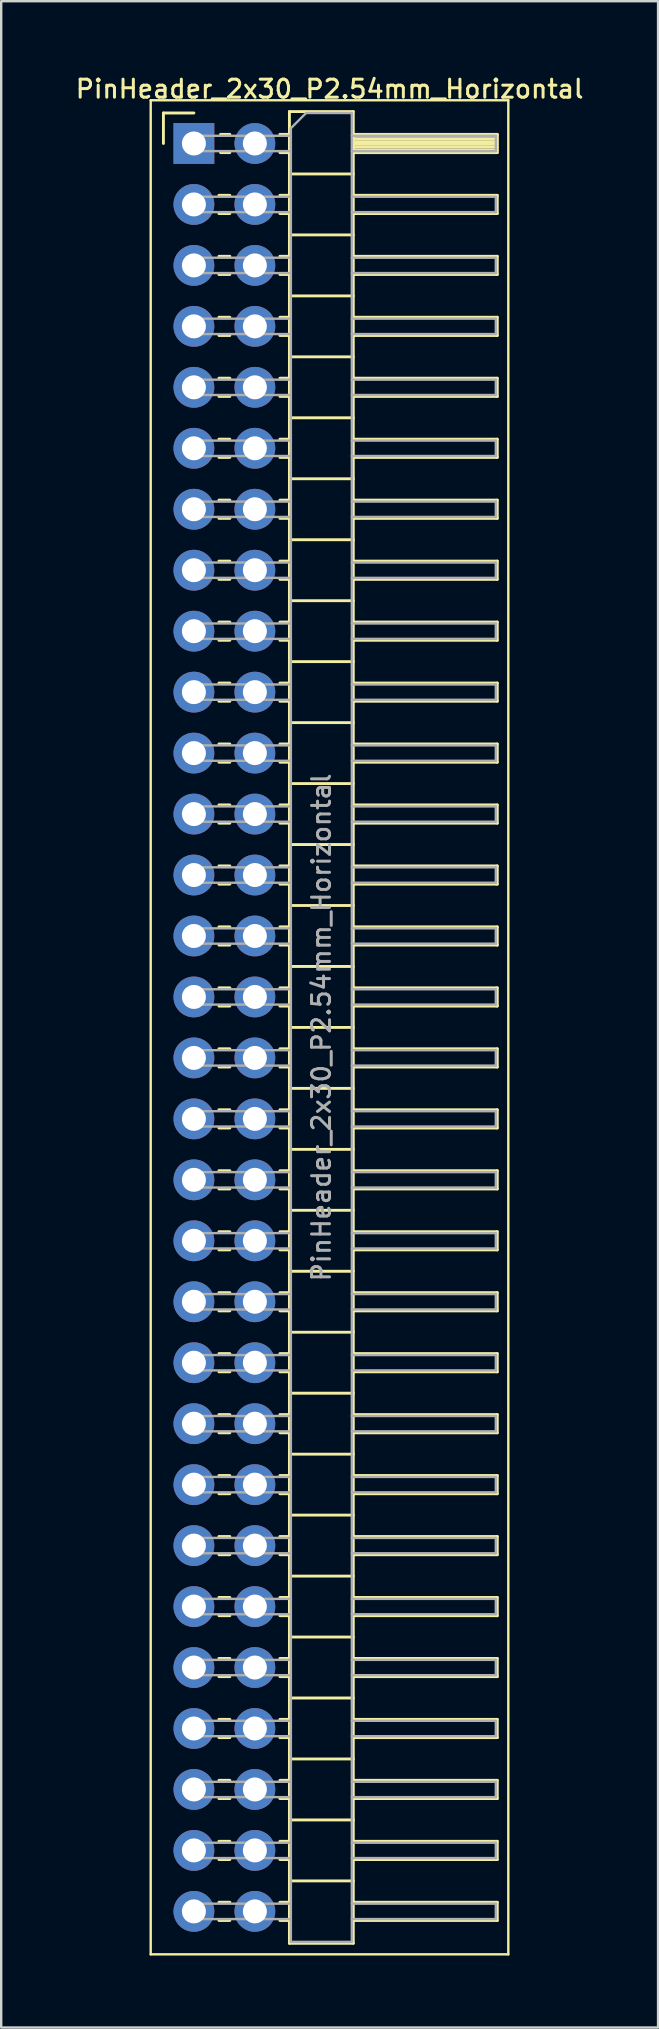
<source format=kicad_pcb>
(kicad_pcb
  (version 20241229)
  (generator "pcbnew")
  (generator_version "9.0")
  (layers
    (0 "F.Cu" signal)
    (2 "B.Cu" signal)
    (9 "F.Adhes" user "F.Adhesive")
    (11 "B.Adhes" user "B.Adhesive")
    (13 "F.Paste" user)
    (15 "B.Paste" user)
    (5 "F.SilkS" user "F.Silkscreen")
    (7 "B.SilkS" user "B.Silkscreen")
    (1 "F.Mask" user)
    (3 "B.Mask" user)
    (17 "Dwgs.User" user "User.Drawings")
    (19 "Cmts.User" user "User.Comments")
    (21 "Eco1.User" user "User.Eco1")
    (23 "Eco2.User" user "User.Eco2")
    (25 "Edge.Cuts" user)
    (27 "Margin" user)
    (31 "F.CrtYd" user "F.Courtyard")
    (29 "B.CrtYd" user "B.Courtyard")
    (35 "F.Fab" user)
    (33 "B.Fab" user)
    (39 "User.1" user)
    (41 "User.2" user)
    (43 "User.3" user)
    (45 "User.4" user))
  (footprint "PinHeader_2x30_P2.54mm_Horizontal"
    (layer "F.Cu")
    (at 5.029 2.928)
    (property "Reference" "PinHeader_2x30_P2.54mm_Horizontal" (at 5.655 -2.27 0) (layer "F.SilkS") (effects (font (size 0.75 0.75) (thickness 0.125))))
    (attr through_hole)
    (fp_line (start -1.8 -1.8) (end -1.8 75.45) (stroke (width 0.1) (type solid)) (layer "F.SilkS"))
    (fp_line (start -1.8 75.45) (end 13.1 75.45) (stroke (width 0.1) (type solid)) (layer "F.SilkS"))
    (fp_line (start -1.27 -1.27) (end 0 -1.27) (stroke (width 0.12) (type solid)) (layer "F.SilkS"))
    (fp_line (start -1.27 0) (end -1.27 -1.27) (stroke (width 0.12) (type solid)) (layer "F.SilkS"))
    (fp_line (start 1.043 2.16) (end 1.497 2.16) (stroke (width 0.12) (type solid)) (layer "F.SilkS"))
    (fp_line (start 1.043 2.92) (end 1.497 2.92) (stroke (width 0.12) (type solid)) (layer "F.SilkS"))
    (fp_line (start 1.043 4.7) (end 1.497 4.7) (stroke (width 0.12) (type solid)) (layer "F.SilkS"))
    (fp_line (start 1.043 5.46) (end 1.497 5.46) (stroke (width 0.12) (type solid)) (layer "F.SilkS"))
    (fp_line (start 1.043 7.24) (end 1.497 7.24) (stroke (width 0.12) (type solid)) (layer "F.SilkS"))
    (fp_line (start 1.043 8) (end 1.497 8) (stroke (width 0.12) (type solid)) (layer "F.SilkS"))
    (fp_line (start 1.043 9.78) (end 1.497 9.78) (stroke (width 0.12) (type solid)) (layer "F.SilkS"))
    (fp_line (start 1.043 10.54) (end 1.497 10.54) (stroke (width 0.12) (type solid)) (layer "F.SilkS"))
    (fp_line (start 1.043 12.32) (end 1.497 12.32) (stroke (width 0.12) (type solid)) (layer "F.SilkS"))
    (fp_line (start 1.043 13.08) (end 1.497 13.08) (stroke (width 0.12) (type solid)) (layer "F.SilkS"))
    (fp_line (start 1.043 14.86) (end 1.497 14.86) (stroke (width 0.12) (type solid)) (layer "F.SilkS"))
    (fp_line (start 1.043 15.62) (end 1.497 15.62) (stroke (width 0.12) (type solid)) (layer "F.SilkS"))
    (fp_line (start 1.043 17.4) (end 1.497 17.4) (stroke (width 0.12) (type solid)) (layer "F.SilkS"))
    (fp_line (start 1.043 18.16) (end 1.497 18.16) (stroke (width 0.12) (type solid)) (layer "F.SilkS"))
    (fp_line (start 1.043 19.94) (end 1.497 19.94) (stroke (width 0.12) (type solid)) (layer "F.SilkS"))
    (fp_line (start 1.043 20.7) (end 1.497 20.7) (stroke (width 0.12) (type solid)) (layer "F.SilkS"))
    (fp_line (start 1.043 22.48) (end 1.497 22.48) (stroke (width 0.12) (type solid)) (layer "F.SilkS"))
    (fp_line (start 1.043 23.24) (end 1.497 23.24) (stroke (width 0.12) (type solid)) (layer "F.SilkS"))
    (fp_line (start 1.043 25.02) (end 1.497 25.02) (stroke (width 0.12) (type solid)) (layer "F.SilkS"))
    (fp_line (start 1.043 25.78) (end 1.497 25.78) (stroke (width 0.12) (type solid)) (layer "F.SilkS"))
    (fp_line (start 1.043 27.56) (end 1.497 27.56) (stroke (width 0.12) (type solid)) (layer "F.SilkS"))
    (fp_line (start 1.043 28.32) (end 1.497 28.32) (stroke (width 0.12) (type solid)) (layer "F.SilkS"))
    (fp_line (start 1.043 30.1) (end 1.497 30.1) (stroke (width 0.12) (type solid)) (layer "F.SilkS"))
    (fp_line (start 1.043 30.86) (end 1.497 30.86) (stroke (width 0.12) (type solid)) (layer "F.SilkS"))
    (fp_line (start 1.043 32.64) (end 1.497 32.64) (stroke (width 0.12) (type solid)) (layer "F.SilkS"))
    (fp_line (start 1.043 33.4) (end 1.497 33.4) (stroke (width 0.12) (type solid)) (layer "F.SilkS"))
    (fp_line (start 1.043 35.18) (end 1.497 35.18) (stroke (width 0.12) (type solid)) (layer "F.SilkS"))
    (fp_line (start 1.043 35.94) (end 1.497 35.94) (stroke (width 0.12) (type solid)) (layer "F.SilkS"))
    (fp_line (start 1.043 37.72) (end 1.497 37.72) (stroke (width 0.12) (type solid)) (layer "F.SilkS"))
    (fp_line (start 1.043 38.48) (end 1.497 38.48) (stroke (width 0.12) (type solid)) (layer "F.SilkS"))
    (fp_line (start 1.043 40.26) (end 1.497 40.26) (stroke (width 0.12) (type solid)) (layer "F.SilkS"))
    (fp_line (start 1.043 41.02) (end 1.497 41.02) (stroke (width 0.12) (type solid)) (layer "F.SilkS"))
    (fp_line (start 1.043 42.8) (end 1.497 42.8) (stroke (width 0.12) (type solid)) (layer "F.SilkS"))
    (fp_line (start 1.043 43.56) (end 1.497 43.56) (stroke (width 0.12) (type solid)) (layer "F.SilkS"))
    (fp_line (start 1.043 45.34) (end 1.497 45.34) (stroke (width 0.12) (type solid)) (layer "F.SilkS"))
    (fp_line (start 1.043 46.1) (end 1.497 46.1) (stroke (width 0.12) (type solid)) (layer "F.SilkS"))
    (fp_line (start 1.043 47.88) (end 1.497 47.88) (stroke (width 0.12) (type solid)) (layer "F.SilkS"))
    (fp_line (start 1.043 48.64) (end 1.497 48.64) (stroke (width 0.12) (type solid)) (layer "F.SilkS"))
    (fp_line (start 1.043 50.42) (end 1.497 50.42) (stroke (width 0.12) (type solid)) (layer "F.SilkS"))
    (fp_line (start 1.043 51.18) (end 1.497 51.18) (stroke (width 0.12) (type solid)) (layer "F.SilkS"))
    (fp_line (start 1.043 52.96) (end 1.497 52.96) (stroke (width 0.12) (type solid)) (layer "F.SilkS"))
    (fp_line (start 1.043 53.72) (end 1.497 53.72) (stroke (width 0.12) (type solid)) (layer "F.SilkS"))
    (fp_line (start 1.043 55.5) (end 1.497 55.5) (stroke (width 0.12) (type solid)) (layer "F.SilkS"))
    (fp_line (start 1.043 56.26) (end 1.497 56.26) (stroke (width 0.12) (type solid)) (layer "F.SilkS"))
    (fp_line (start 1.043 58.04) (end 1.497 58.04) (stroke (width 0.12) (type solid)) (layer "F.SilkS"))
    (fp_line (start 1.043 58.8) (end 1.497 58.8) (stroke (width 0.12) (type solid)) (layer "F.SilkS"))
    (fp_line (start 1.043 60.58) (end 1.497 60.58) (stroke (width 0.12) (type solid)) (layer "F.SilkS"))
    (fp_line (start 1.043 61.34) (end 1.497 61.34) (stroke (width 0.12) (type solid)) (layer "F.SilkS"))
    (fp_line (start 1.043 63.12) (end 1.497 63.12) (stroke (width 0.12) (type solid)) (layer "F.SilkS"))
    (fp_line (start 1.043 63.88) (end 1.497 63.88) (stroke (width 0.12) (type solid)) (layer "F.SilkS"))
    (fp_line (start 1.043 65.66) (end 1.497 65.66) (stroke (width 0.12) (type solid)) (layer "F.SilkS"))
    (fp_line (start 1.043 66.42) (end 1.497 66.42) (stroke (width 0.12) (type solid)) (layer "F.SilkS"))
    (fp_line (start 1.043 68.2) (end 1.497 68.2) (stroke (width 0.12) (type solid)) (layer "F.SilkS"))
    (fp_line (start 1.043 68.96) (end 1.497 68.96) (stroke (width 0.12) (type solid)) (layer "F.SilkS"))
    (fp_line (start 1.043 70.74) (end 1.497 70.74) (stroke (width 0.12) (type solid)) (layer "F.SilkS"))
    (fp_line (start 1.043 71.5) (end 1.497 71.5) (stroke (width 0.12) (type solid)) (layer "F.SilkS"))
    (fp_line (start 1.043 73.28) (end 1.497 73.28) (stroke (width 0.12) (type solid)) (layer "F.SilkS"))
    (fp_line (start 1.043 74.04) (end 1.497 74.04) (stroke (width 0.12) (type solid)) (layer "F.SilkS"))
    (fp_line (start 1.11 -0.38) (end 1.497 -0.38) (stroke (width 0.12) (type solid)) (layer "F.SilkS"))
    (fp_line (start 1.11 0.38) (end 1.497 0.38) (stroke (width 0.12) (type solid)) (layer "F.SilkS"))
    (fp_line (start 3.583 -0.38) (end 3.98 -0.38) (stroke (width 0.12) (type solid)) (layer "F.SilkS"))
    (fp_line (start 3.583 0.38) (end 3.98 0.38) (stroke (width 0.12) (type solid)) (layer "F.SilkS"))
    (fp_line (start 3.583 2.16) (end 3.98 2.16) (stroke (width 0.12) (type solid)) (layer "F.SilkS"))
    (fp_line (start 3.583 2.92) (end 3.98 2.92) (stroke (width 0.12) (type solid)) (layer "F.SilkS"))
    (fp_line (start 3.583 4.7) (end 3.98 4.7) (stroke (width 0.12) (type solid)) (layer "F.SilkS"))
    (fp_line (start 3.583 5.46) (end 3.98 5.46) (stroke (width 0.12) (type solid)) (layer "F.SilkS"))
    (fp_line (start 3.583 7.24) (end 3.98 7.24) (stroke (width 0.12) (type solid)) (layer "F.SilkS"))
    (fp_line (start 3.583 8) (end 3.98 8) (stroke (width 0.12) (type solid)) (layer "F.SilkS"))
    (fp_line (start 3.583 9.78) (end 3.98 9.78) (stroke (width 0.12) (type solid)) (layer "F.SilkS"))
    (fp_line (start 3.583 10.54) (end 3.98 10.54) (stroke (width 0.12) (type solid)) (layer "F.SilkS"))
    (fp_line (start 3.583 12.32) (end 3.98 12.32) (stroke (width 0.12) (type solid)) (layer "F.SilkS"))
    (fp_line (start 3.583 13.08) (end 3.98 13.08) (stroke (width 0.12) (type solid)) (layer "F.SilkS"))
    (fp_line (start 3.583 14.86) (end 3.98 14.86) (stroke (width 0.12) (type solid)) (layer "F.SilkS"))
    (fp_line (start 3.583 15.62) (end 3.98 15.62) (stroke (width 0.12) (type solid)) (layer "F.SilkS"))
    (fp_line (start 3.583 17.4) (end 3.98 17.4) (stroke (width 0.12) (type solid)) (layer "F.SilkS"))
    (fp_line (start 3.583 18.16) (end 3.98 18.16) (stroke (width 0.12) (type solid)) (layer "F.SilkS"))
    (fp_line (start 3.583 19.94) (end 3.98 19.94) (stroke (width 0.12) (type solid)) (layer "F.SilkS"))
    (fp_line (start 3.583 20.7) (end 3.98 20.7) (stroke (width 0.12) (type solid)) (layer "F.SilkS"))
    (fp_line (start 3.583 22.48) (end 3.98 22.48) (stroke (width 0.12) (type solid)) (layer "F.SilkS"))
    (fp_line (start 3.583 23.24) (end 3.98 23.24) (stroke (width 0.12) (type solid)) (layer "F.SilkS"))
    (fp_line (start 3.583 25.02) (end 3.98 25.02) (stroke (width 0.12) (type solid)) (layer "F.SilkS"))
    (fp_line (start 3.583 25.78) (end 3.98 25.78) (stroke (width 0.12) (type solid)) (layer "F.SilkS"))
    (fp_line (start 3.583 27.56) (end 3.98 27.56) (stroke (width 0.12) (type solid)) (layer "F.SilkS"))
    (fp_line (start 3.583 28.32) (end 3.98 28.32) (stroke (width 0.12) (type solid)) (layer "F.SilkS"))
    (fp_line (start 3.583 30.1) (end 3.98 30.1) (stroke (width 0.12) (type solid)) (layer "F.SilkS"))
    (fp_line (start 3.583 30.86) (end 3.98 30.86) (stroke (width 0.12) (type solid)) (layer "F.SilkS"))
    (fp_line (start 3.583 32.64) (end 3.98 32.64) (stroke (width 0.12) (type solid)) (layer "F.SilkS"))
    (fp_line (start 3.583 33.4) (end 3.98 33.4) (stroke (width 0.12) (type solid)) (layer "F.SilkS"))
    (fp_line (start 3.583 35.18) (end 3.98 35.18) (stroke (width 0.12) (type solid)) (layer "F.SilkS"))
    (fp_line (start 3.583 35.94) (end 3.98 35.94) (stroke (width 0.12) (type solid)) (layer "F.SilkS"))
    (fp_line (start 3.583 37.72) (end 3.98 37.72) (stroke (width 0.12) (type solid)) (layer "F.SilkS"))
    (fp_line (start 3.583 38.48) (end 3.98 38.48) (stroke (width 0.12) (type solid)) (layer "F.SilkS"))
    (fp_line (start 3.583 40.26) (end 3.98 40.26) (stroke (width 0.12) (type solid)) (layer "F.SilkS"))
    (fp_line (start 3.583 41.02) (end 3.98 41.02) (stroke (width 0.12) (type solid)) (layer "F.SilkS"))
    (fp_line (start 3.583 42.8) (end 3.98 42.8) (stroke (width 0.12) (type solid)) (layer "F.SilkS"))
    (fp_line (start 3.583 43.56) (end 3.98 43.56) (stroke (width 0.12) (type solid)) (layer "F.SilkS"))
    (fp_line (start 3.583 45.34) (end 3.98 45.34) (stroke (width 0.12) (type solid)) (layer "F.SilkS"))
    (fp_line (start 3.583 46.1) (end 3.98 46.1) (stroke (width 0.12) (type solid)) (layer "F.SilkS"))
    (fp_line (start 3.583 47.88) (end 3.98 47.88) (stroke (width 0.12) (type solid)) (layer "F.SilkS"))
    (fp_line (start 3.583 48.64) (end 3.98 48.64) (stroke (width 0.12) (type solid)) (layer "F.SilkS"))
    (fp_line (start 3.583 50.42) (end 3.98 50.42) (stroke (width 0.12) (type solid)) (layer "F.SilkS"))
    (fp_line (start 3.583 51.18) (end 3.98 51.18) (stroke (width 0.12) (type solid)) (layer "F.SilkS"))
    (fp_line (start 3.583 52.96) (end 3.98 52.96) (stroke (width 0.12) (type solid)) (layer "F.SilkS"))
    (fp_line (start 3.583 53.72) (end 3.98 53.72) (stroke (width 0.12) (type solid)) (layer "F.SilkS"))
    (fp_line (start 3.583 55.5) (end 3.98 55.5) (stroke (width 0.12) (type solid)) (layer "F.SilkS"))
    (fp_line (start 3.583 56.26) (end 3.98 56.26) (stroke (width 0.12) (type solid)) (layer "F.SilkS"))
    (fp_line (start 3.583 58.04) (end 3.98 58.04) (stroke (width 0.12) (type solid)) (layer "F.SilkS"))
    (fp_line (start 3.583 58.8) (end 3.98 58.8) (stroke (width 0.12) (type solid)) (layer "F.SilkS"))
    (fp_line (start 3.583 60.58) (end 3.98 60.58) (stroke (width 0.12) (type solid)) (layer "F.SilkS"))
    (fp_line (start 3.583 61.34) (end 3.98 61.34) (stroke (width 0.12) (type solid)) (layer "F.SilkS"))
    (fp_line (start 3.583 63.12) (end 3.98 63.12) (stroke (width 0.12) (type solid)) (layer "F.SilkS"))
    (fp_line (start 3.583 63.88) (end 3.98 63.88) (stroke (width 0.12) (type solid)) (layer "F.SilkS"))
    (fp_line (start 3.583 65.66) (end 3.98 65.66) (stroke (width 0.12) (type solid)) (layer "F.SilkS"))
    (fp_line (start 3.583 66.42) (end 3.98 66.42) (stroke (width 0.12) (type solid)) (layer "F.SilkS"))
    (fp_line (start 3.583 68.2) (end 3.98 68.2) (stroke (width 0.12) (type solid)) (layer "F.SilkS"))
    (fp_line (start 3.583 68.96) (end 3.98 68.96) (stroke (width 0.12) (type solid)) (layer "F.SilkS"))
    (fp_line (start 3.583 70.74) (end 3.98 70.74) (stroke (width 0.12) (type solid)) (layer "F.SilkS"))
    (fp_line (start 3.583 71.5) (end 3.98 71.5) (stroke (width 0.12) (type solid)) (layer "F.SilkS"))
    (fp_line (start 3.583 73.28) (end 3.98 73.28) (stroke (width 0.12) (type solid)) (layer "F.SilkS"))
    (fp_line (start 3.583 74.04) (end 3.98 74.04) (stroke (width 0.12) (type solid)) (layer "F.SilkS"))
    (fp_line (start 3.98 -1.33) (end 3.98 74.99) (stroke (width 0.12) (type solid)) (layer "F.SilkS"))
    (fp_line (start 3.98 1.27) (end 6.64 1.27) (stroke (width 0.12) (type solid)) (layer "F.SilkS"))
    (fp_line (start 3.98 3.81) (end 6.64 3.81) (stroke (width 0.12) (type solid)) (layer "F.SilkS"))
    (fp_line (start 3.98 6.35) (end 6.64 6.35) (stroke (width 0.12) (type solid)) (layer "F.SilkS"))
    (fp_line (start 3.98 8.89) (end 6.64 8.89) (stroke (width 0.12) (type solid)) (layer "F.SilkS"))
    (fp_line (start 3.98 11.43) (end 6.64 11.43) (stroke (width 0.12) (type solid)) (layer "F.SilkS"))
    (fp_line (start 3.98 13.97) (end 6.64 13.97) (stroke (width 0.12) (type solid)) (layer "F.SilkS"))
    (fp_line (start 3.98 16.51) (end 6.64 16.51) (stroke (width 0.12) (type solid)) (layer "F.SilkS"))
    (fp_line (start 3.98 19.05) (end 6.64 19.05) (stroke (width 0.12) (type solid)) (layer "F.SilkS"))
    (fp_line (start 3.98 21.59) (end 6.64 21.59) (stroke (width 0.12) (type solid)) (layer "F.SilkS"))
    (fp_line (start 3.98 24.13) (end 6.64 24.13) (stroke (width 0.12) (type solid)) (layer "F.SilkS"))
    (fp_line (start 3.98 26.67) (end 6.64 26.67) (stroke (width 0.12) (type solid)) (layer "F.SilkS"))
    (fp_line (start 3.98 29.21) (end 6.64 29.21) (stroke (width 0.12) (type solid)) (layer "F.SilkS"))
    (fp_line (start 3.98 31.75) (end 6.64 31.75) (stroke (width 0.12) (type solid)) (layer "F.SilkS"))
    (fp_line (start 3.98 34.29) (end 6.64 34.29) (stroke (width 0.12) (type solid)) (layer "F.SilkS"))
    (fp_line (start 3.98 36.83) (end 6.64 36.83) (stroke (width 0.12) (type solid)) (layer "F.SilkS"))
    (fp_line (start 3.98 39.37) (end 6.64 39.37) (stroke (width 0.12) (type solid)) (layer "F.SilkS"))
    (fp_line (start 3.98 41.91) (end 6.64 41.91) (stroke (width 0.12) (type solid)) (layer "F.SilkS"))
    (fp_line (start 3.98 44.45) (end 6.64 44.45) (stroke (width 0.12) (type solid)) (layer "F.SilkS"))
    (fp_line (start 3.98 46.99) (end 6.64 46.99) (stroke (width 0.12) (type solid)) (layer "F.SilkS"))
    (fp_line (start 3.98 49.53) (end 6.64 49.53) (stroke (width 0.12) (type solid)) (layer "F.SilkS"))
    (fp_line (start 3.98 52.07) (end 6.64 52.07) (stroke (width 0.12) (type solid)) (layer "F.SilkS"))
    (fp_line (start 3.98 54.61) (end 6.64 54.61) (stroke (width 0.12) (type solid)) (layer "F.SilkS"))
    (fp_line (start 3.98 57.15) (end 6.64 57.15) (stroke (width 0.12) (type solid)) (layer "F.SilkS"))
    (fp_line (start 3.98 59.69) (end 6.64 59.69) (stroke (width 0.12) (type solid)) (layer "F.SilkS"))
    (fp_line (start 3.98 62.23) (end 6.64 62.23) (stroke (width 0.12) (type solid)) (layer "F.SilkS"))
    (fp_line (start 3.98 64.77) (end 6.64 64.77) (stroke (width 0.12) (type solid)) (layer "F.SilkS"))
    (fp_line (start 3.98 67.31) (end 6.64 67.31) (stroke (width 0.12) (type solid)) (layer "F.SilkS"))
    (fp_line (start 3.98 69.85) (end 6.64 69.85) (stroke (width 0.12) (type solid)) (layer "F.SilkS"))
    (fp_line (start 3.98 72.39) (end 6.64 72.39) (stroke (width 0.12) (type solid)) (layer "F.SilkS"))
    (fp_line (start 3.98 74.99) (end 6.64 74.99) (stroke (width 0.12) (type solid)) (layer "F.SilkS"))
    (fp_line (start 6.64 -1.33) (end 3.98 -1.33) (stroke (width 0.12) (type solid)) (layer "F.SilkS"))
    (fp_line (start 6.64 -0.38) (end 12.64 -0.38) (stroke (width 0.12) (type solid)) (layer "F.SilkS"))
    (fp_line (start 6.64 -0.32) (end 12.64 -0.32) (stroke (width 0.12) (type solid)) (layer "F.SilkS"))
    (fp_line (start 6.64 -0.2) (end 12.64 -0.2) (stroke (width 0.12) (type solid)) (layer "F.SilkS"))
    (fp_line (start 6.64 -0.08) (end 12.64 -0.08) (stroke (width 0.12) (type solid)) (layer "F.SilkS"))
    (fp_line (start 6.64 0.04) (end 12.64 0.04) (stroke (width 0.12) (type solid)) (layer "F.SilkS"))
    (fp_line (start 6.64 0.16) (end 12.64 0.16) (stroke (width 0.12) (type solid)) (layer "F.SilkS"))
    (fp_line (start 6.64 0.28) (end 12.64 0.28) (stroke (width 0.12) (type solid)) (layer "F.SilkS"))
    (fp_line (start 6.64 2.16) (end 12.64 2.16) (stroke (width 0.12) (type solid)) (layer "F.SilkS"))
    (fp_line (start 6.64 4.7) (end 12.64 4.7) (stroke (width 0.12) (type solid)) (layer "F.SilkS"))
    (fp_line (start 6.64 7.24) (end 12.64 7.24) (stroke (width 0.12) (type solid)) (layer "F.SilkS"))
    (fp_line (start 6.64 9.78) (end 12.64 9.78) (stroke (width 0.12) (type solid)) (layer "F.SilkS"))
    (fp_line (start 6.64 12.32) (end 12.64 12.32) (stroke (width 0.12) (type solid)) (layer "F.SilkS"))
    (fp_line (start 6.64 14.86) (end 12.64 14.86) (stroke (width 0.12) (type solid)) (layer "F.SilkS"))
    (fp_line (start 6.64 17.4) (end 12.64 17.4) (stroke (width 0.12) (type solid)) (layer "F.SilkS"))
    (fp_line (start 6.64 19.94) (end 12.64 19.94) (stroke (width 0.12) (type solid)) (layer "F.SilkS"))
    (fp_line (start 6.64 22.48) (end 12.64 22.48) (stroke (width 0.12) (type solid)) (layer "F.SilkS"))
    (fp_line (start 6.64 25.02) (end 12.64 25.02) (stroke (width 0.12) (type solid)) (layer "F.SilkS"))
    (fp_line (start 6.64 27.56) (end 12.64 27.56) (stroke (width 0.12) (type solid)) (layer "F.SilkS"))
    (fp_line (start 6.64 30.1) (end 12.64 30.1) (stroke (width 0.12) (type solid)) (layer "F.SilkS"))
    (fp_line (start 6.64 32.64) (end 12.64 32.64) (stroke (width 0.12) (type solid)) (layer "F.SilkS"))
    (fp_line (start 6.64 35.18) (end 12.64 35.18) (stroke (width 0.12) (type solid)) (layer "F.SilkS"))
    (fp_line (start 6.64 37.72) (end 12.64 37.72) (stroke (width 0.12) (type solid)) (layer "F.SilkS"))
    (fp_line (start 6.64 40.26) (end 12.64 40.26) (stroke (width 0.12) (type solid)) (layer "F.SilkS"))
    (fp_line (start 6.64 42.8) (end 12.64 42.8) (stroke (width 0.12) (type solid)) (layer "F.SilkS"))
    (fp_line (start 6.64 45.34) (end 12.64 45.34) (stroke (width 0.12) (type solid)) (layer "F.SilkS"))
    (fp_line (start 6.64 47.88) (end 12.64 47.88) (stroke (width 0.12) (type solid)) (layer "F.SilkS"))
    (fp_line (start 6.64 50.42) (end 12.64 50.42) (stroke (width 0.12) (type solid)) (layer "F.SilkS"))
    (fp_line (start 6.64 52.96) (end 12.64 52.96) (stroke (width 0.12) (type solid)) (layer "F.SilkS"))
    (fp_line (start 6.64 55.5) (end 12.64 55.5) (stroke (width 0.12) (type solid)) (layer "F.SilkS"))
    (fp_line (start 6.64 58.04) (end 12.64 58.04) (stroke (width 0.12) (type solid)) (layer "F.SilkS"))
    (fp_line (start 6.64 60.58) (end 12.64 60.58) (stroke (width 0.12) (type solid)) (layer "F.SilkS"))
    (fp_line (start 6.64 63.12) (end 12.64 63.12) (stroke (width 0.12) (type solid)) (layer "F.SilkS"))
    (fp_line (start 6.64 65.66) (end 12.64 65.66) (stroke (width 0.12) (type solid)) (layer "F.SilkS"))
    (fp_line (start 6.64 68.2) (end 12.64 68.2) (stroke (width 0.12) (type solid)) (layer "F.SilkS"))
    (fp_line (start 6.64 70.74) (end 12.64 70.74) (stroke (width 0.12) (type solid)) (layer "F.SilkS"))
    (fp_line (start 6.64 73.28) (end 12.64 73.28) (stroke (width 0.12) (type solid)) (layer "F.SilkS"))
    (fp_line (start 6.64 74.99) (end 6.64 -1.33) (stroke (width 0.12) (type solid)) (layer "F.SilkS"))
    (fp_line (start 12.64 -0.38) (end 12.64 0.38) (stroke (width 0.12) (type solid)) (layer "F.SilkS"))
    (fp_line (start 12.64 0.38) (end 6.64 0.38) (stroke (width 0.12) (type solid)) (layer "F.SilkS"))
    (fp_line (start 12.64 2.16) (end 12.64 2.92) (stroke (width 0.12) (type solid)) (layer "F.SilkS"))
    (fp_line (start 12.64 2.92) (end 6.64 2.92) (stroke (width 0.12) (type solid)) (layer "F.SilkS"))
    (fp_line (start 12.64 4.7) (end 12.64 5.46) (stroke (width 0.12) (type solid)) (layer "F.SilkS"))
    (fp_line (start 12.64 5.46) (end 6.64 5.46) (stroke (width 0.12) (type solid)) (layer "F.SilkS"))
    (fp_line (start 12.64 7.24) (end 12.64 8) (stroke (width 0.12) (type solid)) (layer "F.SilkS"))
    (fp_line (start 12.64 8) (end 6.64 8) (stroke (width 0.12) (type solid)) (layer "F.SilkS"))
    (fp_line (start 12.64 9.78) (end 12.64 10.54) (stroke (width 0.12) (type solid)) (layer "F.SilkS"))
    (fp_line (start 12.64 10.54) (end 6.64 10.54) (stroke (width 0.12) (type solid)) (layer "F.SilkS"))
    (fp_line (start 12.64 12.32) (end 12.64 13.08) (stroke (width 0.12) (type solid)) (layer "F.SilkS"))
    (fp_line (start 12.64 13.08) (end 6.64 13.08) (stroke (width 0.12) (type solid)) (layer "F.SilkS"))
    (fp_line (start 12.64 14.86) (end 12.64 15.62) (stroke (width 0.12) (type solid)) (layer "F.SilkS"))
    (fp_line (start 12.64 15.62) (end 6.64 15.62) (stroke (width 0.12) (type solid)) (layer "F.SilkS"))
    (fp_line (start 12.64 17.4) (end 12.64 18.16) (stroke (width 0.12) (type solid)) (layer "F.SilkS"))
    (fp_line (start 12.64 18.16) (end 6.64 18.16) (stroke (width 0.12) (type solid)) (layer "F.SilkS"))
    (fp_line (start 12.64 19.94) (end 12.64 20.7) (stroke (width 0.12) (type solid)) (layer "F.SilkS"))
    (fp_line (start 12.64 20.7) (end 6.64 20.7) (stroke (width 0.12) (type solid)) (layer "F.SilkS"))
    (fp_line (start 12.64 22.48) (end 12.64 23.24) (stroke (width 0.12) (type solid)) (layer "F.SilkS"))
    (fp_line (start 12.64 23.24) (end 6.64 23.24) (stroke (width 0.12) (type solid)) (layer "F.SilkS"))
    (fp_line (start 12.64 25.02) (end 12.64 25.78) (stroke (width 0.12) (type solid)) (layer "F.SilkS"))
    (fp_line (start 12.64 25.78) (end 6.64 25.78) (stroke (width 0.12) (type solid)) (layer "F.SilkS"))
    (fp_line (start 12.64 27.56) (end 12.64 28.32) (stroke (width 0.12) (type solid)) (layer "F.SilkS"))
    (fp_line (start 12.64 28.32) (end 6.64 28.32) (stroke (width 0.12) (type solid)) (layer "F.SilkS"))
    (fp_line (start 12.64 30.1) (end 12.64 30.86) (stroke (width 0.12) (type solid)) (layer "F.SilkS"))
    (fp_line (start 12.64 30.86) (end 6.64 30.86) (stroke (width 0.12) (type solid)) (layer "F.SilkS"))
    (fp_line (start 12.64 32.64) (end 12.64 33.4) (stroke (width 0.12) (type solid)) (layer "F.SilkS"))
    (fp_line (start 12.64 33.4) (end 6.64 33.4) (stroke (width 0.12) (type solid)) (layer "F.SilkS"))
    (fp_line (start 12.64 35.18) (end 12.64 35.94) (stroke (width 0.12) (type solid)) (layer "F.SilkS"))
    (fp_line (start 12.64 35.94) (end 6.64 35.94) (stroke (width 0.12) (type solid)) (layer "F.SilkS"))
    (fp_line (start 12.64 37.72) (end 12.64 38.48) (stroke (width 0.12) (type solid)) (layer "F.SilkS"))
    (fp_line (start 12.64 38.48) (end 6.64 38.48) (stroke (width 0.12) (type solid)) (layer "F.SilkS"))
    (fp_line (start 12.64 40.26) (end 12.64 41.02) (stroke (width 0.12) (type solid)) (layer "F.SilkS"))
    (fp_line (start 12.64 41.02) (end 6.64 41.02) (stroke (width 0.12) (type solid)) (layer "F.SilkS"))
    (fp_line (start 12.64 42.8) (end 12.64 43.56) (stroke (width 0.12) (type solid)) (layer "F.SilkS"))
    (fp_line (start 12.64 43.56) (end 6.64 43.56) (stroke (width 0.12) (type solid)) (layer "F.SilkS"))
    (fp_line (start 12.64 45.34) (end 12.64 46.1) (stroke (width 0.12) (type solid)) (layer "F.SilkS"))
    (fp_line (start 12.64 46.1) (end 6.64 46.1) (stroke (width 0.12) (type solid)) (layer "F.SilkS"))
    (fp_line (start 12.64 47.88) (end 12.64 48.64) (stroke (width 0.12) (type solid)) (layer "F.SilkS"))
    (fp_line (start 12.64 48.64) (end 6.64 48.64) (stroke (width 0.12) (type solid)) (layer "F.SilkS"))
    (fp_line (start 12.64 50.42) (end 12.64 51.18) (stroke (width 0.12) (type solid)) (layer "F.SilkS"))
    (fp_line (start 12.64 51.18) (end 6.64 51.18) (stroke (width 0.12) (type solid)) (layer "F.SilkS"))
    (fp_line (start 12.64 52.96) (end 12.64 53.72) (stroke (width 0.12) (type solid)) (layer "F.SilkS"))
    (fp_line (start 12.64 53.72) (end 6.64 53.72) (stroke (width 0.12) (type solid)) (layer "F.SilkS"))
    (fp_line (start 12.64 55.5) (end 12.64 56.26) (stroke (width 0.12) (type solid)) (layer "F.SilkS"))
    (fp_line (start 12.64 56.26) (end 6.64 56.26) (stroke (width 0.12) (type solid)) (layer "F.SilkS"))
    (fp_line (start 12.64 58.04) (end 12.64 58.8) (stroke (width 0.12) (type solid)) (layer "F.SilkS"))
    (fp_line (start 12.64 58.8) (end 6.64 58.8) (stroke (width 0.12) (type solid)) (layer "F.SilkS"))
    (fp_line (start 12.64 60.58) (end 12.64 61.34) (stroke (width 0.12) (type solid)) (layer "F.SilkS"))
    (fp_line (start 12.64 61.34) (end 6.64 61.34) (stroke (width 0.12) (type solid)) (layer "F.SilkS"))
    (fp_line (start 12.64 63.12) (end 12.64 63.88) (stroke (width 0.12) (type solid)) (layer "F.SilkS"))
    (fp_line (start 12.64 63.88) (end 6.64 63.88) (stroke (width 0.12) (type solid)) (layer "F.SilkS"))
    (fp_line (start 12.64 65.66) (end 12.64 66.42) (stroke (width 0.12) (type solid)) (layer "F.SilkS"))
    (fp_line (start 12.64 66.42) (end 6.64 66.42) (stroke (width 0.12) (type solid)) (layer "F.SilkS"))
    (fp_line (start 12.64 68.2) (end 12.64 68.96) (stroke (width 0.12) (type solid)) (layer "F.SilkS"))
    (fp_line (start 12.64 68.96) (end 6.64 68.96) (stroke (width 0.12) (type solid)) (layer "F.SilkS"))
    (fp_line (start 12.64 70.74) (end 12.64 71.5) (stroke (width 0.12) (type solid)) (layer "F.SilkS"))
    (fp_line (start 12.64 71.5) (end 6.64 71.5) (stroke (width 0.12) (type solid)) (layer "F.SilkS"))
    (fp_line (start 12.64 73.28) (end 12.64 74.04) (stroke (width 0.12) (type solid)) (layer "F.SilkS"))
    (fp_line (start 12.64 74.04) (end 6.64 74.04) (stroke (width 0.12) (type solid)) (layer "F.SilkS"))
    (fp_line (start 13.1 -1.8) (end -1.8 -1.8) (stroke (width 0.1) (type solid)) (layer "F.SilkS"))
    (fp_line (start 13.1 75.45) (end 13.1 -1.8) (stroke (width 0.1) (type solid)) (layer "F.SilkS"))
    (fp_line (start -0.32 -0.32) (end -0.32 0.32) (stroke (width 0.1) (type solid)) (layer "F.Fab"))
    (fp_line (start -0.32 -0.32) (end 4.04 -0.32) (stroke (width 0.1) (type solid)) (layer "F.Fab"))
    (fp_line (start -0.32 0.32) (end 4.04 0.32) (stroke (width 0.1) (type solid)) (layer "F.Fab"))
    (fp_line (start -0.32 2.22) (end -0.32 2.86) (stroke (width 0.1) (type solid)) (layer "F.Fab"))
    (fp_line (start -0.32 2.22) (end 4.04 2.22) (stroke (width 0.1) (type solid)) (layer "F.Fab"))
    (fp_line (start -0.32 2.86) (end 4.04 2.86) (stroke (width 0.1) (type solid)) (layer "F.Fab"))
    (fp_line (start -0.32 4.76) (end -0.32 5.4) (stroke (width 0.1) (type solid)) (layer "F.Fab"))
    (fp_line (start -0.32 4.76) (end 4.04 4.76) (stroke (width 0.1) (type solid)) (layer "F.Fab"))
    (fp_line (start -0.32 5.4) (end 4.04 5.4) (stroke (width 0.1) (type solid)) (layer "F.Fab"))
    (fp_line (start -0.32 7.3) (end -0.32 7.94) (stroke (width 0.1) (type solid)) (layer "F.Fab"))
    (fp_line (start -0.32 7.3) (end 4.04 7.3) (stroke (width 0.1) (type solid)) (layer "F.Fab"))
    (fp_line (start -0.32 7.94) (end 4.04 7.94) (stroke (width 0.1) (type solid)) (layer "F.Fab"))
    (fp_line (start -0.32 9.84) (end -0.32 10.48) (stroke (width 0.1) (type solid)) (layer "F.Fab"))
    (fp_line (start -0.32 9.84) (end 4.04 9.84) (stroke (width 0.1) (type solid)) (layer "F.Fab"))
    (fp_line (start -0.32 10.48) (end 4.04 10.48) (stroke (width 0.1) (type solid)) (layer "F.Fab"))
    (fp_line (start -0.32 12.38) (end -0.32 13.02) (stroke (width 0.1) (type solid)) (layer "F.Fab"))
    (fp_line (start -0.32 12.38) (end 4.04 12.38) (stroke (width 0.1) (type solid)) (layer "F.Fab"))
    (fp_line (start -0.32 13.02) (end 4.04 13.02) (stroke (width 0.1) (type solid)) (layer "F.Fab"))
    (fp_line (start -0.32 14.92) (end -0.32 15.56) (stroke (width 0.1) (type solid)) (layer "F.Fab"))
    (fp_line (start -0.32 14.92) (end 4.04 14.92) (stroke (width 0.1) (type solid)) (layer "F.Fab"))
    (fp_line (start -0.32 15.56) (end 4.04 15.56) (stroke (width 0.1) (type solid)) (layer "F.Fab"))
    (fp_line (start -0.32 17.46) (end -0.32 18.1) (stroke (width 0.1) (type solid)) (layer "F.Fab"))
    (fp_line (start -0.32 17.46) (end 4.04 17.46) (stroke (width 0.1) (type solid)) (layer "F.Fab"))
    (fp_line (start -0.32 18.1) (end 4.04 18.1) (stroke (width 0.1) (type solid)) (layer "F.Fab"))
    (fp_line (start -0.32 20) (end -0.32 20.64) (stroke (width 0.1) (type solid)) (layer "F.Fab"))
    (fp_line (start -0.32 20) (end 4.04 20) (stroke (width 0.1) (type solid)) (layer "F.Fab"))
    (fp_line (start -0.32 20.64) (end 4.04 20.64) (stroke (width 0.1) (type solid)) (layer "F.Fab"))
    (fp_line (start -0.32 22.54) (end -0.32 23.18) (stroke (width 0.1) (type solid)) (layer "F.Fab"))
    (fp_line (start -0.32 22.54) (end 4.04 22.54) (stroke (width 0.1) (type solid)) (layer "F.Fab"))
    (fp_line (start -0.32 23.18) (end 4.04 23.18) (stroke (width 0.1) (type solid)) (layer "F.Fab"))
    (fp_line (start -0.32 25.08) (end -0.32 25.72) (stroke (width 0.1) (type solid)) (layer "F.Fab"))
    (fp_line (start -0.32 25.08) (end 4.04 25.08) (stroke (width 0.1) (type solid)) (layer "F.Fab"))
    (fp_line (start -0.32 25.72) (end 4.04 25.72) (stroke (width 0.1) (type solid)) (layer "F.Fab"))
    (fp_line (start -0.32 27.62) (end -0.32 28.26) (stroke (width 0.1) (type solid)) (layer "F.Fab"))
    (fp_line (start -0.32 27.62) (end 4.04 27.62) (stroke (width 0.1) (type solid)) (layer "F.Fab"))
    (fp_line (start -0.32 28.26) (end 4.04 28.26) (stroke (width 0.1) (type solid)) (layer "F.Fab"))
    (fp_line (start -0.32 30.16) (end -0.32 30.8) (stroke (width 0.1) (type solid)) (layer "F.Fab"))
    (fp_line (start -0.32 30.16) (end 4.04 30.16) (stroke (width 0.1) (type solid)) (layer "F.Fab"))
    (fp_line (start -0.32 30.8) (end 4.04 30.8) (stroke (width 0.1) (type solid)) (layer "F.Fab"))
    (fp_line (start -0.32 32.7) (end -0.32 33.34) (stroke (width 0.1) (type solid)) (layer "F.Fab"))
    (fp_line (start -0.32 32.7) (end 4.04 32.7) (stroke (width 0.1) (type solid)) (layer "F.Fab"))
    (fp_line (start -0.32 33.34) (end 4.04 33.34) (stroke (width 0.1) (type solid)) (layer "F.Fab"))
    (fp_line (start -0.32 35.24) (end -0.32 35.88) (stroke (width 0.1) (type solid)) (layer "F.Fab"))
    (fp_line (start -0.32 35.24) (end 4.04 35.24) (stroke (width 0.1) (type solid)) (layer "F.Fab"))
    (fp_line (start -0.32 35.88) (end 4.04 35.88) (stroke (width 0.1) (type solid)) (layer "F.Fab"))
    (fp_line (start -0.32 37.78) (end -0.32 38.42) (stroke (width 0.1) (type solid)) (layer "F.Fab"))
    (fp_line (start -0.32 37.78) (end 4.04 37.78) (stroke (width 0.1) (type solid)) (layer "F.Fab"))
    (fp_line (start -0.32 38.42) (end 4.04 38.42) (stroke (width 0.1) (type solid)) (layer "F.Fab"))
    (fp_line (start -0.32 40.32) (end -0.32 40.96) (stroke (width 0.1) (type solid)) (layer "F.Fab"))
    (fp_line (start -0.32 40.32) (end 4.04 40.32) (stroke (width 0.1) (type solid)) (layer "F.Fab"))
    (fp_line (start -0.32 40.96) (end 4.04 40.96) (stroke (width 0.1) (type solid)) (layer "F.Fab"))
    (fp_line (start -0.32 42.86) (end -0.32 43.5) (stroke (width 0.1) (type solid)) (layer "F.Fab"))
    (fp_line (start -0.32 42.86) (end 4.04 42.86) (stroke (width 0.1) (type solid)) (layer "F.Fab"))
    (fp_line (start -0.32 43.5) (end 4.04 43.5) (stroke (width 0.1) (type solid)) (layer "F.Fab"))
    (fp_line (start -0.32 45.4) (end -0.32 46.04) (stroke (width 0.1) (type solid)) (layer "F.Fab"))
    (fp_line (start -0.32 45.4) (end 4.04 45.4) (stroke (width 0.1) (type solid)) (layer "F.Fab"))
    (fp_line (start -0.32 46.04) (end 4.04 46.04) (stroke (width 0.1) (type solid)) (layer "F.Fab"))
    (fp_line (start -0.32 47.94) (end -0.32 48.58) (stroke (width 0.1) (type solid)) (layer "F.Fab"))
    (fp_line (start -0.32 47.94) (end 4.04 47.94) (stroke (width 0.1) (type solid)) (layer "F.Fab"))
    (fp_line (start -0.32 48.58) (end 4.04 48.58) (stroke (width 0.1) (type solid)) (layer "F.Fab"))
    (fp_line (start -0.32 50.48) (end -0.32 51.12) (stroke (width 0.1) (type solid)) (layer "F.Fab"))
    (fp_line (start -0.32 50.48) (end 4.04 50.48) (stroke (width 0.1) (type solid)) (layer "F.Fab"))
    (fp_line (start -0.32 51.12) (end 4.04 51.12) (stroke (width 0.1) (type solid)) (layer "F.Fab"))
    (fp_line (start -0.32 53.02) (end -0.32 53.66) (stroke (width 0.1) (type solid)) (layer "F.Fab"))
    (fp_line (start -0.32 53.02) (end 4.04 53.02) (stroke (width 0.1) (type solid)) (layer "F.Fab"))
    (fp_line (start -0.32 53.66) (end 4.04 53.66) (stroke (width 0.1) (type solid)) (layer "F.Fab"))
    (fp_line (start -0.32 55.56) (end -0.32 56.2) (stroke (width 0.1) (type solid)) (layer "F.Fab"))
    (fp_line (start -0.32 55.56) (end 4.04 55.56) (stroke (width 0.1) (type solid)) (layer "F.Fab"))
    (fp_line (start -0.32 56.2) (end 4.04 56.2) (stroke (width 0.1) (type solid)) (layer "F.Fab"))
    (fp_line (start -0.32 58.1) (end -0.32 58.74) (stroke (width 0.1) (type solid)) (layer "F.Fab"))
    (fp_line (start -0.32 58.1) (end 4.04 58.1) (stroke (width 0.1) (type solid)) (layer "F.Fab"))
    (fp_line (start -0.32 58.74) (end 4.04 58.74) (stroke (width 0.1) (type solid)) (layer "F.Fab"))
    (fp_line (start -0.32 60.64) (end -0.32 61.28) (stroke (width 0.1) (type solid)) (layer "F.Fab"))
    (fp_line (start -0.32 60.64) (end 4.04 60.64) (stroke (width 0.1) (type solid)) (layer "F.Fab"))
    (fp_line (start -0.32 61.28) (end 4.04 61.28) (stroke (width 0.1) (type solid)) (layer "F.Fab"))
    (fp_line (start -0.32 63.18) (end -0.32 63.82) (stroke (width 0.1) (type solid)) (layer "F.Fab"))
    (fp_line (start -0.32 63.18) (end 4.04 63.18) (stroke (width 0.1) (type solid)) (layer "F.Fab"))
    (fp_line (start -0.32 63.82) (end 4.04 63.82) (stroke (width 0.1) (type solid)) (layer "F.Fab"))
    (fp_line (start -0.32 65.72) (end -0.32 66.36) (stroke (width 0.1) (type solid)) (layer "F.Fab"))
    (fp_line (start -0.32 65.72) (end 4.04 65.72) (stroke (width 0.1) (type solid)) (layer "F.Fab"))
    (fp_line (start -0.32 66.36) (end 4.04 66.36) (stroke (width 0.1) (type solid)) (layer "F.Fab"))
    (fp_line (start -0.32 68.26) (end -0.32 68.9) (stroke (width 0.1) (type solid)) (layer "F.Fab"))
    (fp_line (start -0.32 68.26) (end 4.04 68.26) (stroke (width 0.1) (type solid)) (layer "F.Fab"))
    (fp_line (start -0.32 68.9) (end 4.04 68.9) (stroke (width 0.1) (type solid)) (layer "F.Fab"))
    (fp_line (start -0.32 70.8) (end -0.32 71.44) (stroke (width 0.1) (type solid)) (layer "F.Fab"))
    (fp_line (start -0.32 70.8) (end 4.04 70.8) (stroke (width 0.1) (type solid)) (layer "F.Fab"))
    (fp_line (start -0.32 71.44) (end 4.04 71.44) (stroke (width 0.1) (type solid)) (layer "F.Fab"))
    (fp_line (start -0.32 73.34) (end -0.32 73.98) (stroke (width 0.1) (type solid)) (layer "F.Fab"))
    (fp_line (start -0.32 73.34) (end 4.04 73.34) (stroke (width 0.1) (type solid)) (layer "F.Fab"))
    (fp_line (start -0.32 73.98) (end 4.04 73.98) (stroke (width 0.1) (type solid)) (layer "F.Fab"))
    (fp_line (start 4.04 -0.635) (end 4.675 -1.27) (stroke (width 0.1) (type solid)) (layer "F.Fab"))
    (fp_line (start 4.04 74.93) (end 4.04 -0.635) (stroke (width 0.1) (type solid)) (layer "F.Fab"))
    (fp_line (start 4.675 -1.27) (end 6.58 -1.27) (stroke (width 0.1) (type solid)) (layer "F.Fab"))
    (fp_line (start 6.58 -1.27) (end 6.58 74.93) (stroke (width 0.1) (type solid)) (layer "F.Fab"))
    (fp_line (start 6.58 -0.32) (end 12.58 -0.32) (stroke (width 0.1) (type solid)) (layer "F.Fab"))
    (fp_line (start 6.58 0.32) (end 12.58 0.32) (stroke (width 0.1) (type solid)) (layer "F.Fab"))
    (fp_line (start 6.58 2.22) (end 12.58 2.22) (stroke (width 0.1) (type solid)) (layer "F.Fab"))
    (fp_line (start 6.58 2.86) (end 12.58 2.86) (stroke (width 0.1) (type solid)) (layer "F.Fab"))
    (fp_line (start 6.58 4.76) (end 12.58 4.76) (stroke (width 0.1) (type solid)) (layer "F.Fab"))
    (fp_line (start 6.58 5.4) (end 12.58 5.4) (stroke (width 0.1) (type solid)) (layer "F.Fab"))
    (fp_line (start 6.58 7.3) (end 12.58 7.3) (stroke (width 0.1) (type solid)) (layer "F.Fab"))
    (fp_line (start 6.58 7.94) (end 12.58 7.94) (stroke (width 0.1) (type solid)) (layer "F.Fab"))
    (fp_line (start 6.58 9.84) (end 12.58 9.84) (stroke (width 0.1) (type solid)) (layer "F.Fab"))
    (fp_line (start 6.58 10.48) (end 12.58 10.48) (stroke (width 0.1) (type solid)) (layer "F.Fab"))
    (fp_line (start 6.58 12.38) (end 12.58 12.38) (stroke (width 0.1) (type solid)) (layer "F.Fab"))
    (fp_line (start 6.58 13.02) (end 12.58 13.02) (stroke (width 0.1) (type solid)) (layer "F.Fab"))
    (fp_line (start 6.58 14.92) (end 12.58 14.92) (stroke (width 0.1) (type solid)) (layer "F.Fab"))
    (fp_line (start 6.58 15.56) (end 12.58 15.56) (stroke (width 0.1) (type solid)) (layer "F.Fab"))
    (fp_line (start 6.58 17.46) (end 12.58 17.46) (stroke (width 0.1) (type solid)) (layer "F.Fab"))
    (fp_line (start 6.58 18.1) (end 12.58 18.1) (stroke (width 0.1) (type solid)) (layer "F.Fab"))
    (fp_line (start 6.58 20) (end 12.58 20) (stroke (width 0.1) (type solid)) (layer "F.Fab"))
    (fp_line (start 6.58 20.64) (end 12.58 20.64) (stroke (width 0.1) (type solid)) (layer "F.Fab"))
    (fp_line (start 6.58 22.54) (end 12.58 22.54) (stroke (width 0.1) (type solid)) (layer "F.Fab"))
    (fp_line (start 6.58 23.18) (end 12.58 23.18) (stroke (width 0.1) (type solid)) (layer "F.Fab"))
    (fp_line (start 6.58 25.08) (end 12.58 25.08) (stroke (width 0.1) (type solid)) (layer "F.Fab"))
    (fp_line (start 6.58 25.72) (end 12.58 25.72) (stroke (width 0.1) (type solid)) (layer "F.Fab"))
    (fp_line (start 6.58 27.62) (end 12.58 27.62) (stroke (width 0.1) (type solid)) (layer "F.Fab"))
    (fp_line (start 6.58 28.26) (end 12.58 28.26) (stroke (width 0.1) (type solid)) (layer "F.Fab"))
    (fp_line (start 6.58 30.16) (end 12.58 30.16) (stroke (width 0.1) (type solid)) (layer "F.Fab"))
    (fp_line (start 6.58 30.8) (end 12.58 30.8) (stroke (width 0.1) (type solid)) (layer "F.Fab"))
    (fp_line (start 6.58 32.7) (end 12.58 32.7) (stroke (width 0.1) (type solid)) (layer "F.Fab"))
    (fp_line (start 6.58 33.34) (end 12.58 33.34) (stroke (width 0.1) (type solid)) (layer "F.Fab"))
    (fp_line (start 6.58 35.24) (end 12.58 35.24) (stroke (width 0.1) (type solid)) (layer "F.Fab"))
    (fp_line (start 6.58 35.88) (end 12.58 35.88) (stroke (width 0.1) (type solid)) (layer "F.Fab"))
    (fp_line (start 6.58 37.78) (end 12.58 37.78) (stroke (width 0.1) (type solid)) (layer "F.Fab"))
    (fp_line (start 6.58 38.42) (end 12.58 38.42) (stroke (width 0.1) (type solid)) (layer "F.Fab"))
    (fp_line (start 6.58 40.32) (end 12.58 40.32) (stroke (width 0.1) (type solid)) (layer "F.Fab"))
    (fp_line (start 6.58 40.96) (end 12.58 40.96) (stroke (width 0.1) (type solid)) (layer "F.Fab"))
    (fp_line (start 6.58 42.86) (end 12.58 42.86) (stroke (width 0.1) (type solid)) (layer "F.Fab"))
    (fp_line (start 6.58 43.5) (end 12.58 43.5) (stroke (width 0.1) (type solid)) (layer "F.Fab"))
    (fp_line (start 6.58 45.4) (end 12.58 45.4) (stroke (width 0.1) (type solid)) (layer "F.Fab"))
    (fp_line (start 6.58 46.04) (end 12.58 46.04) (stroke (width 0.1) (type solid)) (layer "F.Fab"))
    (fp_line (start 6.58 47.94) (end 12.58 47.94) (stroke (width 0.1) (type solid)) (layer "F.Fab"))
    (fp_line (start 6.58 48.58) (end 12.58 48.58) (stroke (width 0.1) (type solid)) (layer "F.Fab"))
    (fp_line (start 6.58 50.48) (end 12.58 50.48) (stroke (width 0.1) (type solid)) (layer "F.Fab"))
    (fp_line (start 6.58 51.12) (end 12.58 51.12) (stroke (width 0.1) (type solid)) (layer "F.Fab"))
    (fp_line (start 6.58 53.02) (end 12.58 53.02) (stroke (width 0.1) (type solid)) (layer "F.Fab"))
    (fp_line (start 6.58 53.66) (end 12.58 53.66) (stroke (width 0.1) (type solid)) (layer "F.Fab"))
    (fp_line (start 6.58 55.56) (end 12.58 55.56) (stroke (width 0.1) (type solid)) (layer "F.Fab"))
    (fp_line (start 6.58 56.2) (end 12.58 56.2) (stroke (width 0.1) (type solid)) (layer "F.Fab"))
    (fp_line (start 6.58 58.1) (end 12.58 58.1) (stroke (width 0.1) (type solid)) (layer "F.Fab"))
    (fp_line (start 6.58 58.74) (end 12.58 58.74) (stroke (width 0.1) (type solid)) (layer "F.Fab"))
    (fp_line (start 6.58 60.64) (end 12.58 60.64) (stroke (width 0.1) (type solid)) (layer "F.Fab"))
    (fp_line (start 6.58 61.28) (end 12.58 61.28) (stroke (width 0.1) (type solid)) (layer "F.Fab"))
    (fp_line (start 6.58 63.18) (end 12.58 63.18) (stroke (width 0.1) (type solid)) (layer "F.Fab"))
    (fp_line (start 6.58 63.82) (end 12.58 63.82) (stroke (width 0.1) (type solid)) (layer "F.Fab"))
    (fp_line (start 6.58 65.72) (end 12.58 65.72) (stroke (width 0.1) (type solid)) (layer "F.Fab"))
    (fp_line (start 6.58 66.36) (end 12.58 66.36) (stroke (width 0.1) (type solid)) (layer "F.Fab"))
    (fp_line (start 6.58 68.26) (end 12.58 68.26) (stroke (width 0.1) (type solid)) (layer "F.Fab"))
    (fp_line (start 6.58 68.9) (end 12.58 68.9) (stroke (width 0.1) (type solid)) (layer "F.Fab"))
    (fp_line (start 6.58 70.8) (end 12.58 70.8) (stroke (width 0.1) (type solid)) (layer "F.Fab"))
    (fp_line (start 6.58 71.44) (end 12.58 71.44) (stroke (width 0.1) (type solid)) (layer "F.Fab"))
    (fp_line (start 6.58 73.34) (end 12.58 73.34) (stroke (width 0.1) (type solid)) (layer "F.Fab"))
    (fp_line (start 6.58 73.98) (end 12.58 73.98) (stroke (width 0.1) (type solid)) (layer "F.Fab"))
    (fp_line (start 6.58 74.93) (end 4.04 74.93) (stroke (width 0.1) (type solid)) (layer "F.Fab"))
    (fp_line (start 12.58 -0.32) (end 12.58 0.32) (stroke (width 0.1) (type solid)) (layer "F.Fab"))
    (fp_line (start 12.58 2.22) (end 12.58 2.86) (stroke (width 0.1) (type solid)) (layer "F.Fab"))
    (fp_line (start 12.58 4.76) (end 12.58 5.4) (stroke (width 0.1) (type solid)) (layer "F.Fab"))
    (fp_line (start 12.58 7.3) (end 12.58 7.94) (stroke (width 0.1) (type solid)) (layer "F.Fab"))
    (fp_line (start 12.58 9.84) (end 12.58 10.48) (stroke (width 0.1) (type solid)) (layer "F.Fab"))
    (fp_line (start 12.58 12.38) (end 12.58 13.02) (stroke (width 0.1) (type solid)) (layer "F.Fab"))
    (fp_line (start 12.58 14.92) (end 12.58 15.56) (stroke (width 0.1) (type solid)) (layer "F.Fab"))
    (fp_line (start 12.58 17.46) (end 12.58 18.1) (stroke (width 0.1) (type solid)) (layer "F.Fab"))
    (fp_line (start 12.58 20) (end 12.58 20.64) (stroke (width 0.1) (type solid)) (layer "F.Fab"))
    (fp_line (start 12.58 22.54) (end 12.58 23.18) (stroke (width 0.1) (type solid)) (layer "F.Fab"))
    (fp_line (start 12.58 25.08) (end 12.58 25.72) (stroke (width 0.1) (type solid)) (layer "F.Fab"))
    (fp_line (start 12.58 27.62) (end 12.58 28.26) (stroke (width 0.1) (type solid)) (layer "F.Fab"))
    (fp_line (start 12.58 30.16) (end 12.58 30.8) (stroke (width 0.1) (type solid)) (layer "F.Fab"))
    (fp_line (start 12.58 32.7) (end 12.58 33.34) (stroke (width 0.1) (type solid)) (layer "F.Fab"))
    (fp_line (start 12.58 35.24) (end 12.58 35.88) (stroke (width 0.1) (type solid)) (layer "F.Fab"))
    (fp_line (start 12.58 37.78) (end 12.58 38.42) (stroke (width 0.1) (type solid)) (layer "F.Fab"))
    (fp_line (start 12.58 40.32) (end 12.58 40.96) (stroke (width 0.1) (type solid)) (layer "F.Fab"))
    (fp_line (start 12.58 42.86) (end 12.58 43.5) (stroke (width 0.1) (type solid)) (layer "F.Fab"))
    (fp_line (start 12.58 45.4) (end 12.58 46.04) (stroke (width 0.1) (type solid)) (layer "F.Fab"))
    (fp_line (start 12.58 47.94) (end 12.58 48.58) (stroke (width 0.1) (type solid)) (layer "F.Fab"))
    (fp_line (start 12.58 50.48) (end 12.58 51.12) (stroke (width 0.1) (type solid)) (layer "F.Fab"))
    (fp_line (start 12.58 53.02) (end 12.58 53.66) (stroke (width 0.1) (type solid)) (layer "F.Fab"))
    (fp_line (start 12.58 55.56) (end 12.58 56.2) (stroke (width 0.1) (type solid)) (layer "F.Fab"))
    (fp_line (start 12.58 58.1) (end 12.58 58.74) (stroke (width 0.1) (type solid)) (layer "F.Fab"))
    (fp_line (start 12.58 60.64) (end 12.58 61.28) (stroke (width 0.1) (type solid)) (layer "F.Fab"))
    (fp_line (start 12.58 63.18) (end 12.58 63.82) (stroke (width 0.1) (type solid)) (layer "F.Fab"))
    (fp_line (start 12.58 65.72) (end 12.58 66.36) (stroke (width 0.1) (type solid)) (layer "F.Fab"))
    (fp_line (start 12.58 68.26) (end 12.58 68.9) (stroke (width 0.1) (type solid)) (layer "F.Fab"))
    (fp_line (start 12.58 70.8) (end 12.58 71.44) (stroke (width 0.1) (type solid)) (layer "F.Fab"))
    (fp_line (start 12.58 73.34) (end 12.58 73.98) (stroke (width 0.1) (type solid)) (layer "F.Fab"))
    (fp_text user "${REFERENCE}" (at 5.31 36.83 90) (layer "F.Fab") (effects (font (size 0.75 0.75) (thickness 0.125))))
    (pad "1" thru_hole rect (at 0 0) (size 1.7 1.7) (drill 1) (layers "*.Cu" "*.Mask"))
    (pad "2" thru_hole oval (at 2.54 0) (size 1.7 1.7) (drill 1) (layers "*.Cu" "*.Mask"))
    (pad "3" thru_hole oval (at 0 2.54) (size 1.7 1.7) (drill 1) (layers "*.Cu" "*.Mask"))
    (pad "4" thru_hole oval (at 2.54 2.54) (size 1.7 1.7) (drill 1) (layers "*.Cu" "*.Mask"))
    (pad "5" thru_hole oval (at 0 5.08) (size 1.7 1.7) (drill 1) (layers "*.Cu" "*.Mask"))
    (pad "6" thru_hole oval (at 2.54 5.08) (size 1.7 1.7) (drill 1) (layers "*.Cu" "*.Mask"))
    (pad "7" thru_hole oval (at 0 7.62) (size 1.7 1.7) (drill 1) (layers "*.Cu" "*.Mask"))
    (pad "8" thru_hole oval (at 2.54 7.62) (size 1.7 1.7) (drill 1) (layers "*.Cu" "*.Mask"))
    (pad "9" thru_hole oval (at 0 10.16) (size 1.7 1.7) (drill 1) (layers "*.Cu" "*.Mask"))
    (pad "10" thru_hole oval (at 2.54 10.16) (size 1.7 1.7) (drill 1) (layers "*.Cu" "*.Mask"))
    (pad "11" thru_hole oval (at 0 12.7) (size 1.7 1.7) (drill 1) (layers "*.Cu" "*.Mask"))
    (pad "12" thru_hole oval (at 2.54 12.7) (size 1.7 1.7) (drill 1) (layers "*.Cu" "*.Mask"))
    (pad "13" thru_hole oval (at 0 15.24) (size 1.7 1.7) (drill 1) (layers "*.Cu" "*.Mask"))
    (pad "14" thru_hole oval (at 2.54 15.24) (size 1.7 1.7) (drill 1) (layers "*.Cu" "*.Mask"))
    (pad "15" thru_hole oval (at 0 17.78) (size 1.7 1.7) (drill 1) (layers "*.Cu" "*.Mask"))
    (pad "16" thru_hole oval (at 2.54 17.78) (size 1.7 1.7) (drill 1) (layers "*.Cu" "*.Mask"))
    (pad "17" thru_hole oval (at 0 20.32) (size 1.7 1.7) (drill 1) (layers "*.Cu" "*.Mask"))
    (pad "18" thru_hole oval (at 2.54 20.32) (size 1.7 1.7) (drill 1) (layers "*.Cu" "*.Mask"))
    (pad "19" thru_hole oval (at 0 22.86) (size 1.7 1.7) (drill 1) (layers "*.Cu" "*.Mask"))
    (pad "20" thru_hole oval (at 2.54 22.86) (size 1.7 1.7) (drill 1) (layers "*.Cu" "*.Mask"))
    (pad "21" thru_hole oval (at 0 25.4) (size 1.7 1.7) (drill 1) (layers "*.Cu" "*.Mask"))
    (pad "22" thru_hole oval (at 2.54 25.4) (size 1.7 1.7) (drill 1) (layers "*.Cu" "*.Mask"))
    (pad "23" thru_hole oval (at 0 27.94) (size 1.7 1.7) (drill 1) (layers "*.Cu" "*.Mask"))
    (pad "24" thru_hole oval (at 2.54 27.94) (size 1.7 1.7) (drill 1) (layers "*.Cu" "*.Mask"))
    (pad "25" thru_hole oval (at 0 30.48) (size 1.7 1.7) (drill 1) (layers "*.Cu" "*.Mask"))
    (pad "26" thru_hole oval (at 2.54 30.48) (size 1.7 1.7) (drill 1) (layers "*.Cu" "*.Mask"))
    (pad "27" thru_hole oval (at 0 33.02) (size 1.7 1.7) (drill 1) (layers "*.Cu" "*.Mask"))
    (pad "28" thru_hole oval (at 2.54 33.02) (size 1.7 1.7) (drill 1) (layers "*.Cu" "*.Mask"))
    (pad "29" thru_hole oval (at 0 35.56) (size 1.7 1.7) (drill 1) (layers "*.Cu" "*.Mask"))
    (pad "30" thru_hole oval (at 2.54 35.56) (size 1.7 1.7) (drill 1) (layers "*.Cu" "*.Mask"))
    (pad "31" thru_hole oval (at 0 38.1) (size 1.7 1.7) (drill 1) (layers "*.Cu" "*.Mask"))
    (pad "32" thru_hole oval (at 2.54 38.1) (size 1.7 1.7) (drill 1) (layers "*.Cu" "*.Mask"))
    (pad "33" thru_hole oval (at 0 40.64) (size 1.7 1.7) (drill 1) (layers "*.Cu" "*.Mask"))
    (pad "34" thru_hole oval (at 2.54 40.64) (size 1.7 1.7) (drill 1) (layers "*.Cu" "*.Mask"))
    (pad "35" thru_hole oval (at 0 43.18) (size 1.7 1.7) (drill 1) (layers "*.Cu" "*.Mask"))
    (pad "36" thru_hole oval (at 2.54 43.18) (size 1.7 1.7) (drill 1) (layers "*.Cu" "*.Mask"))
    (pad "37" thru_hole oval (at 0 45.72) (size 1.7 1.7) (drill 1) (layers "*.Cu" "*.Mask"))
    (pad "38" thru_hole oval (at 2.54 45.72) (size 1.7 1.7) (drill 1) (layers "*.Cu" "*.Mask"))
    (pad "39" thru_hole oval (at 0 48.26) (size 1.7 1.7) (drill 1) (layers "*.Cu" "*.Mask"))
    (pad "40" thru_hole oval (at 2.54 48.26) (size 1.7 1.7) (drill 1) (layers "*.Cu" "*.Mask"))
    (pad "41" thru_hole oval (at 0 50.8) (size 1.7 1.7) (drill 1) (layers "*.Cu" "*.Mask"))
    (pad "42" thru_hole oval (at 2.54 50.8) (size 1.7 1.7) (drill 1) (layers "*.Cu" "*.Mask"))
    (pad "43" thru_hole oval (at 0 53.34) (size 1.7 1.7) (drill 1) (layers "*.Cu" "*.Mask"))
    (pad "44" thru_hole oval (at 2.54 53.34) (size 1.7 1.7) (drill 1) (layers "*.Cu" "*.Mask"))
    (pad "45" thru_hole oval (at 0 55.88) (size 1.7 1.7) (drill 1) (layers "*.Cu" "*.Mask"))
    (pad "46" thru_hole oval (at 2.54 55.88) (size 1.7 1.7) (drill 1) (layers "*.Cu" "*.Mask"))
    (pad "47" thru_hole oval (at 0 58.42) (size 1.7 1.7) (drill 1) (layers "*.Cu" "*.Mask"))
    (pad "48" thru_hole oval (at 2.54 58.42) (size 1.7 1.7) (drill 1) (layers "*.Cu" "*.Mask"))
    (pad "49" thru_hole oval (at 0 60.96) (size 1.7 1.7) (drill 1) (layers "*.Cu" "*.Mask"))
    (pad "50" thru_hole oval (at 2.54 60.96) (size 1.7 1.7) (drill 1) (layers "*.Cu" "*.Mask"))
    (pad "51" thru_hole oval (at 0 63.5) (size 1.7 1.7) (drill 1) (layers "*.Cu" "*.Mask"))
    (pad "52" thru_hole oval (at 2.54 63.5) (size 1.7 1.7) (drill 1) (layers "*.Cu" "*.Mask"))
    (pad "53" thru_hole oval (at 0 66.04) (size 1.7 1.7) (drill 1) (layers "*.Cu" "*.Mask"))
    (pad "54" thru_hole oval (at 2.54 66.04) (size 1.7 1.7) (drill 1) (layers "*.Cu" "*.Mask"))
    (pad "55" thru_hole oval (at 0 68.58) (size 1.7 1.7) (drill 1) (layers "*.Cu" "*.Mask"))
    (pad "56" thru_hole oval (at 2.54 68.58) (size 1.7 1.7) (drill 1) (layers "*.Cu" "*.Mask"))
    (pad "57" thru_hole oval (at 0 71.12) (size 1.7 1.7) (drill 1) (layers "*.Cu" "*.Mask"))
    (pad "58" thru_hole oval (at 2.54 71.12) (size 1.7 1.7) (drill 1) (layers "*.Cu" "*.Mask"))
    (pad "59" thru_hole oval (at 0 73.66) (size 1.7 1.7) (drill 1) (layers "*.Cu" "*.Mask"))
    (pad "60" thru_hole oval (at 2.54 73.66) (size 1.7 1.7) (drill 1) (layers "*.Cu" "*.Mask")))
  (gr_rect
    (start -3 -3)
    (end 24.368 81.428)
    (stroke (width 0.1) (type default))
    (fill no)
    (layer "Edge.Cuts")))
</source>
